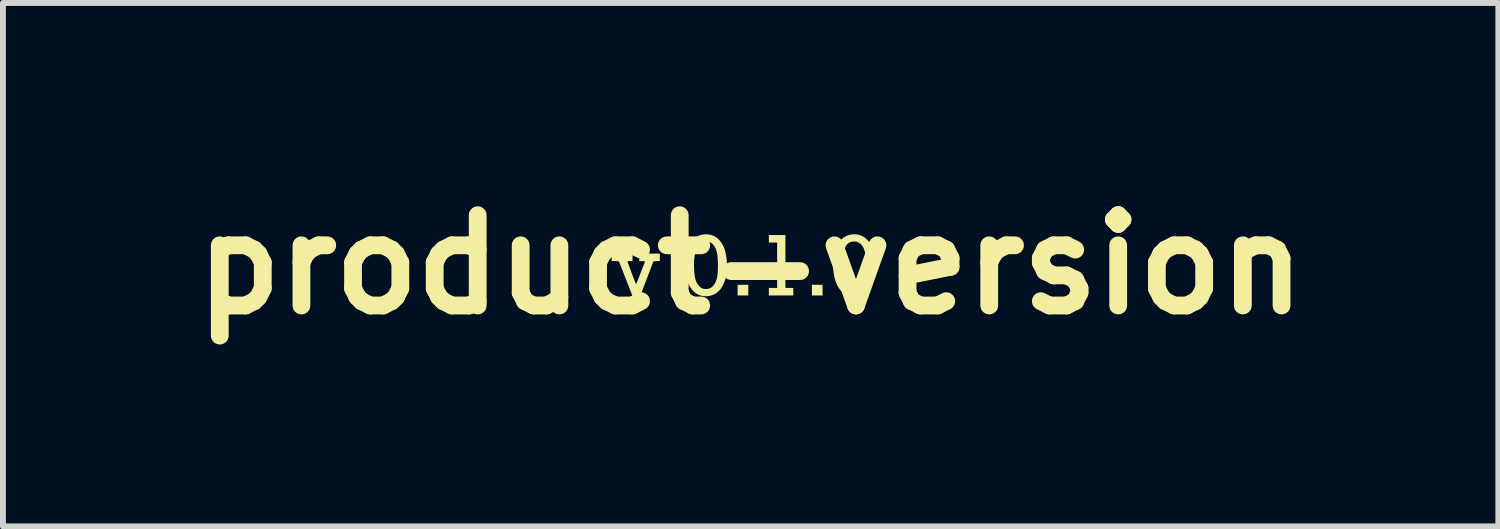
<source format=kicad_pcb>
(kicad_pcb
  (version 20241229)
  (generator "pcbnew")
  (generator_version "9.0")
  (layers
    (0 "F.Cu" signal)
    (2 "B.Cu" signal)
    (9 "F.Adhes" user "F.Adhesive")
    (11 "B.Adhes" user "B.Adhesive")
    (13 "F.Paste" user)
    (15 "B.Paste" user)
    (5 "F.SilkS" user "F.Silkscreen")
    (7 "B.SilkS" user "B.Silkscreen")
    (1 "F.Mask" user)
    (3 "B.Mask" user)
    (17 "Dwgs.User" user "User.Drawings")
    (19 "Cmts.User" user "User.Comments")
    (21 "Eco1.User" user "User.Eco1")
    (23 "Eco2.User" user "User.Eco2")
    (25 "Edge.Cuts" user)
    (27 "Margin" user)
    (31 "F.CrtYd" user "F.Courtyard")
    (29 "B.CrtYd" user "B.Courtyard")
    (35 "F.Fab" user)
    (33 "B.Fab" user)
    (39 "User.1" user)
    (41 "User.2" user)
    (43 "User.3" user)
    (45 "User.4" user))
  (footprint "product-version"
    (layer "F.Cu")
    (at 9.623 1.418)
    (property "Reference" "product-version" (at 0 0 0) (layer "F.SilkS") (effects (font (size 1.524 1.524) (thickness 0.3))))
    (attr through_hole)
    (fp_poly (pts (xy -0.04 0.52) (xy -0.22 0.52) (xy -0.22 0.34) (xy -0.04 0.34)) (stroke (width 0) (type solid)) (fill yes) (layer "F.SilkS"))
    (fp_poly (pts (xy 1.214 0.52) (xy 1.034 0.52) (xy 1.034 0.34) (xy 1.214 0.34)) (stroke (width 0) (type solid)) (fill yes) (layer "F.SilkS"))
    (fp_poly (pts (xy 0.587 0.393) (xy 0.72 0.393) (xy 0.72 0.52) (xy 0.307 0.52) (xy 0.307 0.393) (xy 0.447 0.393) (xy 0.447 -0.373) (xy 0.307 -0.373) (xy 0.307 -0.5) (xy 0.587 -0.5)) (stroke (width 0) (type solid)) (fill yes) (layer "F.SilkS"))
    (fp_poly (pts (xy -1.994 -0.06) (xy -2.037 -0.06) (xy -2.059 -0.059) (xy -2.075 -0.057) (xy -2.081 -0.054) (xy -2.078 -0.046) (xy -2.072 -0.029) (xy -2.062 -0.002) (xy -2.05 0.031) (xy -2.035 0.07) (xy -2.02 0.111) (xy -2.004 0.154) (xy -1.988 0.196) (xy -1.973 0.235) (xy -1.959 0.27) (xy -1.948 0.298) (xy -1.94 0.318) (xy -1.936 0.329) (xy -1.936 0.329) (xy -1.932 0.325) (xy -1.925 0.309) (xy -1.914 0.284) (xy -1.901 0.251) (xy -1.885 0.21) (xy -1.867 0.165) (xy -1.857 0.139) (xy -1.782 -0.057) (xy -1.88 -0.061) (xy -1.88 -0.187) (xy -1.534 -0.187) (xy -1.534 -0.061) (xy -1.588 -0.059) (xy -1.641 -0.057) (xy -1.753 0.237) (xy -1.865 0.53) (xy -1.994 0.534) (xy -2.001 0.515) (xy -2.005 0.505) (xy -2.013 0.484) (xy -2.025 0.454) (xy -2.04 0.414) (xy -2.058 0.368) (xy -2.078 0.317) (xy -2.1 0.261) (xy -2.116 0.22) (xy -2.224 -0.057) (xy -2.286 -0.059) (xy -2.347 -0.061) (xy -2.347 -0.187) (xy -1.994 -0.187)) (stroke (width 0) (type solid)) (fill yes) (layer "F.SilkS"))
    (fp_poly (pts (xy -0.689 -0.507) (xy -0.63 -0.489) (xy -0.577 -0.46) (xy -0.53 -0.418) (xy -0.49 -0.366) (xy -0.456 -0.303) (xy -0.431 -0.233) (xy -0.414 -0.155) (xy -0.403 -0.069) (xy -0.4 0.02) (xy -0.405 0.11) (xy -0.416 0.196) (xy -0.424 0.233) (xy -0.437 0.275) (xy -0.456 0.321) (xy -0.479 0.365) (xy -0.503 0.405) (xy -0.526 0.434) (xy -0.573 0.476) (xy -0.626 0.506) (xy -0.685 0.526) (xy -0.747 0.534) (xy -0.81 0.529) (xy -0.84 0.523) (xy -0.897 0.501) (xy -0.948 0.467) (xy -0.992 0.422) (xy -1.03 0.366) (xy -1.061 0.3) (xy -1.085 0.224) (xy -1.1 0.143) (xy -1.104 0.102) (xy -1.106 0.052) (xy -1.106 -0.003) (xy -1.106 -0.017) (xy -0.957 -0.017) (xy -0.956 0.047) (xy -0.953 0.111) (xy -0.947 0.172) (xy -0.939 0.223) (xy -0.937 0.231) (xy -0.92 0.286) (xy -0.895 0.332) (xy -0.864 0.369) (xy -0.827 0.396) (xy -0.809 0.404) (xy -0.774 0.411) (xy -0.734 0.41) (xy -0.696 0.402) (xy -0.67 0.39) (xy -0.635 0.362) (xy -0.606 0.322) (xy -0.583 0.271) (xy -0.566 0.215) (xy -0.56 0.176) (xy -0.556 0.126) (xy -0.553 0.07) (xy -0.552 0.01) (xy -0.554 -0.05) (xy -0.557 -0.108) (xy -0.562 -0.16) (xy -0.569 -0.203) (xy -0.571 -0.211) (xy -0.589 -0.268) (xy -0.614 -0.315) (xy -0.645 -0.351) (xy -0.682 -0.376) (xy -0.724 -0.39) (xy -0.771 -0.391) (xy -0.771 -0.391) (xy -0.813 -0.382) (xy -0.849 -0.364) (xy -0.879 -0.336) (xy -0.904 -0.297) (xy -0.924 -0.248) (xy -0.94 -0.188) (xy -0.95 -0.115) (xy -0.954 -0.078) (xy -0.957 -0.017) (xy -1.106 -0.017) (xy -1.105 -0.058) (xy -1.101 -0.108) (xy -1.097 -0.142) (xy -1.081 -0.221) (xy -1.059 -0.29) (xy -1.029 -0.35) (xy -0.992 -0.403) (xy -0.979 -0.417) (xy -0.931 -0.459) (xy -0.878 -0.489) (xy -0.82 -0.507) (xy -0.755 -0.513) (xy -0.754 -0.513)) (stroke (width 0) (type solid)) (fill yes) (layer "F.SilkS"))
    (fp_poly (pts (xy 1.812 -0.507) (xy 1.871 -0.489) (xy 1.924 -0.46) (xy 1.971 -0.418) (xy 2.011 -0.366) (xy 2.044 -0.303) (xy 2.069 -0.233) (xy 2.087 -0.155) (xy 2.097 -0.069) (xy 2.1 0.02) (xy 2.096 0.11) (xy 2.084 0.196) (xy 2.076 0.233) (xy 2.063 0.275) (xy 2.045 0.321) (xy 2.022 0.365) (xy 1.998 0.405) (xy 1.975 0.434) (xy 1.928 0.476) (xy 1.874 0.506) (xy 1.816 0.526) (xy 1.754 0.534) (xy 1.691 0.529) (xy 1.661 0.523) (xy 1.604 0.501) (xy 1.553 0.467) (xy 1.508 0.422) (xy 1.471 0.366) (xy 1.44 0.3) (xy 1.416 0.224) (xy 1.401 0.143) (xy 1.397 0.102) (xy 1.394 0.052) (xy 1.394 -0.003) (xy 1.395 -0.017) (xy 1.544 -0.017) (xy 1.544 0.047) (xy 1.548 0.111) (xy 1.554 0.172) (xy 1.562 0.223) (xy 1.564 0.231) (xy 1.581 0.286) (xy 1.606 0.332) (xy 1.637 0.369) (xy 1.673 0.396) (xy 1.691 0.404) (xy 1.727 0.411) (xy 1.766 0.41) (xy 1.805 0.402) (xy 1.83 0.39) (xy 1.865 0.362) (xy 1.895 0.322) (xy 1.918 0.271) (xy 1.934 0.215) (xy 1.941 0.176) (xy 1.945 0.126) (xy 1.948 0.07) (xy 1.948 0.01) (xy 1.947 -0.05) (xy 1.944 -0.108) (xy 1.939 -0.16) (xy 1.932 -0.203) (xy 1.93 -0.211) (xy 1.912 -0.268) (xy 1.887 -0.315) (xy 1.855 -0.351) (xy 1.818 -0.376) (xy 1.776 -0.39) (xy 1.73 -0.391) (xy 1.73 -0.391) (xy 1.688 -0.382) (xy 1.652 -0.364) (xy 1.621 -0.336) (xy 1.596 -0.297) (xy 1.576 -0.248) (xy 1.561 -0.188) (xy 1.55 -0.115) (xy 1.547 -0.078) (xy 1.544 -0.017) (xy 1.395 -0.017) (xy 1.396 -0.058) (xy 1.4 -0.108) (xy 1.404 -0.142) (xy 1.42 -0.221) (xy 1.442 -0.29) (xy 1.472 -0.35) (xy 1.509 -0.403) (xy 1.522 -0.417) (xy 1.569 -0.459) (xy 1.622 -0.489) (xy 1.681 -0.507) (xy 1.745 -0.513) (xy 1.747 -0.513)) (stroke (width 0) (type solid)) (fill yes) (layer "F.SilkS")))
  (gr_rect
    (start -3 -3)
    (end 22.246 5.836)
    (stroke (width 0.1) (type default))
    (fill no)
    (layer "Edge.Cuts")))
</source>
